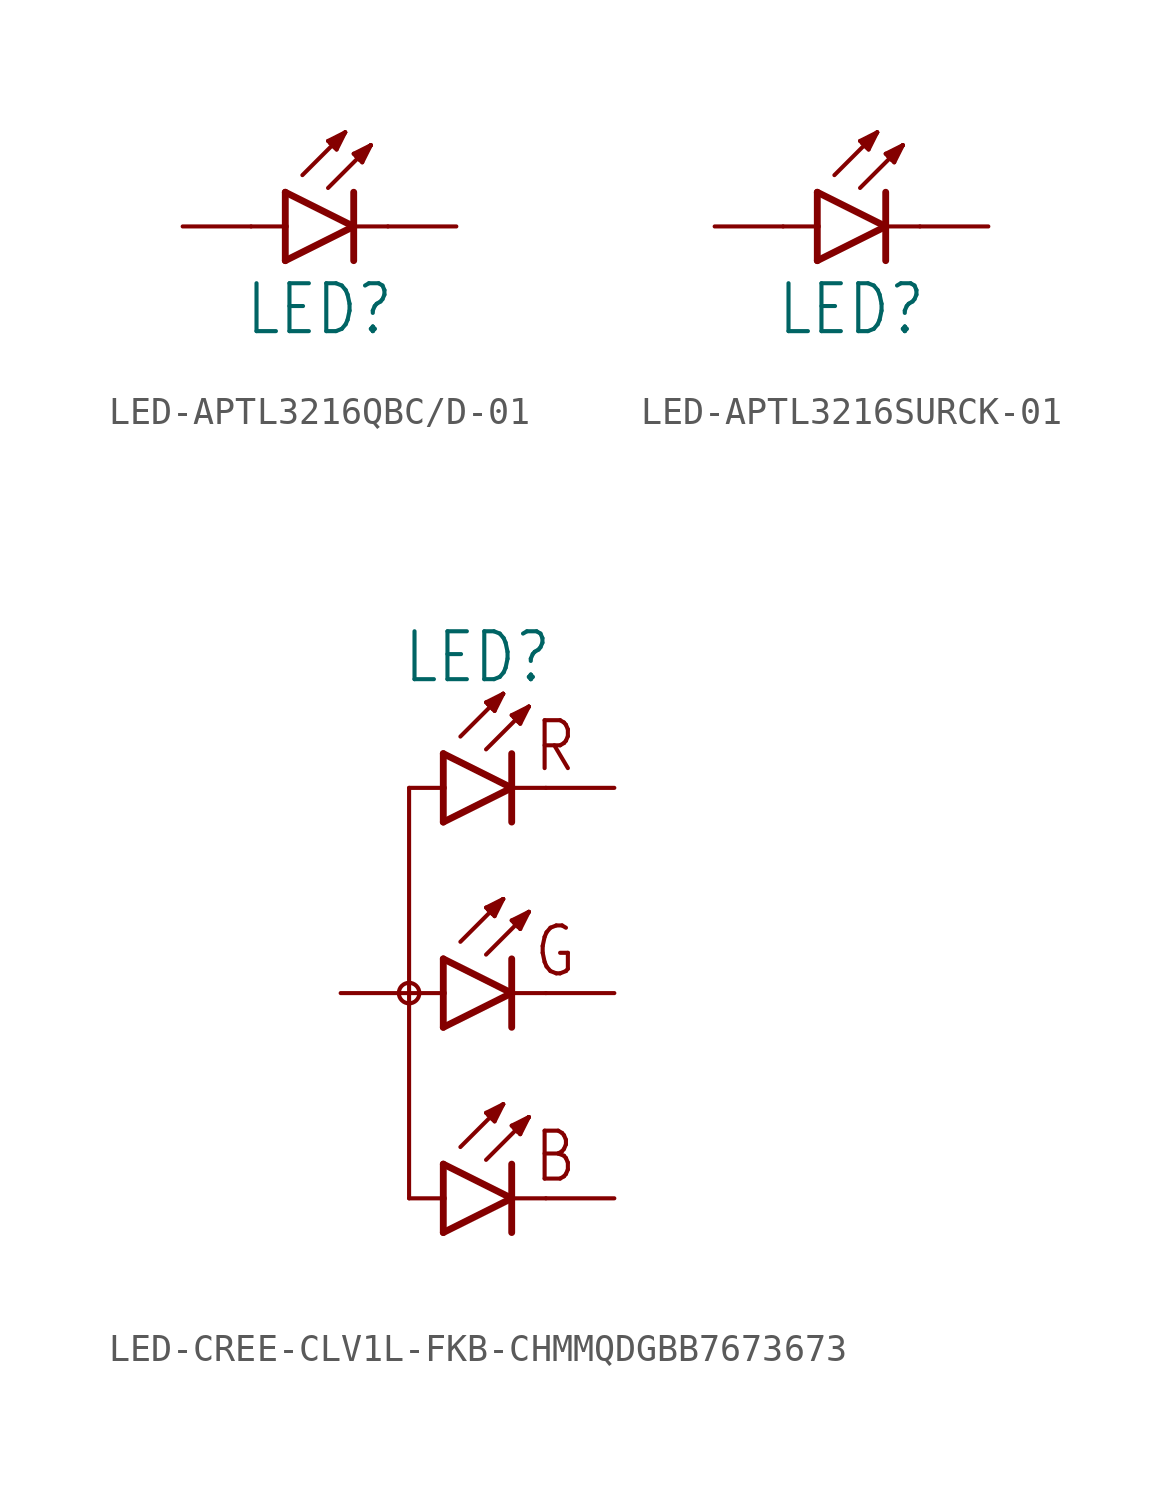
<source format=kicad_sym>
(kicad_symbol_lib
  (version 20231120)
  (generator "kicad_symbol_editor")
  (generator_version "8.0")
  (symbol "LED-APTL3216QBC/D-01"
    (property "Reference" "LED"
      (at 0 -2.032 0)
      (effects (font (size 1.778 1.511)) (justify top)))
    (property "Value" ""
      (at 0 -4.572 0)
      (effects (font (size 1.778 1.511)) (justify top)))
    (property "ki_locked" ""
      (at 0 0 0)
      (effects (font (size 1.27 1.27))))
    (symbol "LED-APTL3216QBC/D-01_1_0"
      (polyline (pts (xy -2.54 0) (xy -1.27 0)) (stroke (width 0.152) (type solid)) (fill (type none)))
      (polyline (pts (xy -1.27 -1.27) (xy 1.27 0)) (stroke (width 0.254) (type solid)) (fill (type none)))
      (polyline (pts (xy -1.27 0) (xy -1.27 -1.27)) (stroke (width 0.254) (type solid)) (fill (type none)))
      (polyline (pts (xy -1.27 1.27) (xy -1.27 0)) (stroke (width 0.254) (type solid)) (fill (type none)))
      (polyline (pts (xy -0.635 1.905) (xy 0.953 3.493)) (stroke (width 0.152) (type solid)) (fill (type none)))
      (polyline (pts (xy 0.318 1.429) (xy 1.905 3.016)) (stroke (width 0.152) (type solid)) (fill (type none)))
      (polyline (pts (xy 0.318 3.175) (xy 0.397 3.096)) (stroke (width 0.152) (type solid)) (fill (type none)))
      (polyline (pts (xy 0.397 3.096) (xy 0.556 2.937)) (stroke (width 0.152) (type solid)) (fill (type none)))
      (polyline (pts (xy 0.556 2.937) (xy 0.635 2.857)) (stroke (width 0.152) (type solid)) (fill (type none)))
      (polyline (pts (xy 0.635 2.857) (xy 0.953 3.493)) (stroke (width 0.152) (type solid)) (fill (type none)))
      (polyline (pts (xy 0.953 3.493) (xy 0.318 3.175)) (stroke (width 0.152) (type solid)) (fill (type none)))
      (polyline (pts (xy 0.953 3.493) (xy 0.397 3.096)) (stroke (width 0.152) (type solid)) (fill (type none)))
      (polyline (pts (xy 0.953 3.493) (xy 0.556 2.937)) (stroke (width 0.152) (type solid)) (fill (type none)))
      (polyline (pts (xy 1.27 0) (xy -1.27 1.27)) (stroke (width 0.254) (type solid)) (fill (type none)))
      (polyline (pts (xy 1.27 0) (xy 1.27 -1.27)) (stroke (width 0.254) (type solid)) (fill (type none)))
      (polyline (pts (xy 1.27 1.27) (xy 1.27 0)) (stroke (width 0.254) (type solid)) (fill (type none)))
      (polyline (pts (xy 1.27 2.699) (xy 1.349 2.619)) (stroke (width 0.152) (type solid)) (fill (type none)))
      (polyline (pts (xy 1.349 2.619) (xy 1.508 2.461)) (stroke (width 0.152) (type solid)) (fill (type none)))
      (polyline (pts (xy 1.508 2.461) (xy 1.587 2.381)) (stroke (width 0.152) (type solid)) (fill (type none)))
      (polyline (pts (xy 1.587 2.381) (xy 1.905 3.016)) (stroke (width 0.152) (type solid)) (fill (type none)))
      (polyline (pts (xy 1.905 3.016) (xy 1.27 2.699)) (stroke (width 0.152) (type solid)) (fill (type none)))
      (polyline (pts (xy 1.905 3.016) (xy 1.349 2.619)) (stroke (width 0.152) (type solid)) (fill (type none)))
      (polyline (pts (xy 1.905 3.016) (xy 1.508 2.461)) (stroke (width 0.152) (type solid)) (fill (type none)))
      (polyline (pts (xy 2.54 0) (xy 1.27 0)) (stroke (width 0.152) (type solid)) (fill (type none)))
      (pin passive line (at -5.08 0 0) (length 2.54) (name "A" (effects (font (size 0 0)))) (number "A" (effects (font (size 0 0)))))
      (pin passive line (at 5.08 0 180) (length 2.54) (name "C" (effects (font (size 0 0)))) (number "C" (effects (font (size 0 0)))))))
  (symbol "LED-APTL3216SURCK-01"
    (property "Reference" "LED"
      (at 0 -2.032 0)
      (effects (font (size 1.778 1.511)) (justify top)))
    (property "Value" ""
      (at 0 -4.572 0)
      (effects (font (size 1.778 1.511)) (justify top)))
    (property "ki_locked" ""
      (at 0 0 0)
      (effects (font (size 1.27 1.27))))
    (symbol "LED-APTL3216SURCK-01_1_0"
      (polyline (pts (xy -2.54 0) (xy -1.27 0)) (stroke (width 0.152) (type solid)) (fill (type none)))
      (polyline (pts (xy -1.27 -1.27) (xy 1.27 0)) (stroke (width 0.254) (type solid)) (fill (type none)))
      (polyline (pts (xy -1.27 0) (xy -1.27 -1.27)) (stroke (width 0.254) (type solid)) (fill (type none)))
      (polyline (pts (xy -1.27 1.27) (xy -1.27 0)) (stroke (width 0.254) (type solid)) (fill (type none)))
      (polyline (pts (xy -0.635 1.905) (xy 0.953 3.493)) (stroke (width 0.152) (type solid)) (fill (type none)))
      (polyline (pts (xy 0.318 1.429) (xy 1.905 3.016)) (stroke (width 0.152) (type solid)) (fill (type none)))
      (polyline (pts (xy 0.318 3.175) (xy 0.397 3.096)) (stroke (width 0.152) (type solid)) (fill (type none)))
      (polyline (pts (xy 0.397 3.096) (xy 0.556 2.937)) (stroke (width 0.152) (type solid)) (fill (type none)))
      (polyline (pts (xy 0.556 2.937) (xy 0.635 2.857)) (stroke (width 0.152) (type solid)) (fill (type none)))
      (polyline (pts (xy 0.635 2.857) (xy 0.953 3.493)) (stroke (width 0.152) (type solid)) (fill (type none)))
      (polyline (pts (xy 0.953 3.493) (xy 0.318 3.175)) (stroke (width 0.152) (type solid)) (fill (type none)))
      (polyline (pts (xy 0.953 3.493) (xy 0.397 3.096)) (stroke (width 0.152) (type solid)) (fill (type none)))
      (polyline (pts (xy 0.953 3.493) (xy 0.556 2.937)) (stroke (width 0.152) (type solid)) (fill (type none)))
      (polyline (pts (xy 1.27 0) (xy -1.27 1.27)) (stroke (width 0.254) (type solid)) (fill (type none)))
      (polyline (pts (xy 1.27 0) (xy 1.27 -1.27)) (stroke (width 0.254) (type solid)) (fill (type none)))
      (polyline (pts (xy 1.27 1.27) (xy 1.27 0)) (stroke (width 0.254) (type solid)) (fill (type none)))
      (polyline (pts (xy 1.27 2.699) (xy 1.349 2.619)) (stroke (width 0.152) (type solid)) (fill (type none)))
      (polyline (pts (xy 1.349 2.619) (xy 1.508 2.461)) (stroke (width 0.152) (type solid)) (fill (type none)))
      (polyline (pts (xy 1.508 2.461) (xy 1.587 2.381)) (stroke (width 0.152) (type solid)) (fill (type none)))
      (polyline (pts (xy 1.587 2.381) (xy 1.905 3.016)) (stroke (width 0.152) (type solid)) (fill (type none)))
      (polyline (pts (xy 1.905 3.016) (xy 1.27 2.699)) (stroke (width 0.152) (type solid)) (fill (type none)))
      (polyline (pts (xy 1.905 3.016) (xy 1.349 2.619)) (stroke (width 0.152) (type solid)) (fill (type none)))
      (polyline (pts (xy 1.905 3.016) (xy 1.508 2.461)) (stroke (width 0.152) (type solid)) (fill (type none)))
      (polyline (pts (xy 2.54 0) (xy 1.27 0)) (stroke (width 0.152) (type solid)) (fill (type none)))
      (pin passive line (at -5.08 0 0) (length 2.54) (name "A" (effects (font (size 0 0)))) (number "A" (effects (font (size 0 0)))))
      (pin passive line (at 5.08 0 180) (length 2.54) (name "C" (effects (font (size 0 0)))) (number "C" (effects (font (size 0 0)))))))
  (symbol "LED-CREE-CLV1L-FKB-CHMMQDGBB7673673"
    (property "Reference" "LED"
      (at 0 11.43 0)
      (effects (font (size 1.778 1.511)) (justify bottom)))
    (property "Value" ""
      (at 1.016 -9.398 0)
      (effects (font (size 1.778 1.511)) (justify top)))
    (property "ki_locked" ""
      (at 0 0 0)
      (effects (font (size 1.27 1.27))))
    (symbol "LED-CREE-CLV1L-FKB-CHMMQDGBB7673673_1_0"
      (circle (center -2.54 0) (radius 0.381) (stroke (width 0) (type solid)) (fill (type none)))
      (polyline (pts (xy -2.54 -7.62) (xy -2.54 0)) (stroke (width 0.152) (type solid)) (fill (type none)))
      (polyline (pts (xy -2.54 -7.62) (xy -1.27 -7.62)) (stroke (width 0.152) (type solid)) (fill (type none)))
      (polyline (pts (xy -2.54 0) (xy -2.54 7.62)) (stroke (width 0.152) (type solid)) (fill (type none)))
      (polyline (pts (xy -2.54 0) (xy -1.27 0)) (stroke (width 0.152) (type solid)) (fill (type none)))
      (polyline (pts (xy -2.54 7.62) (xy -1.27 7.62)) (stroke (width 0.152) (type solid)) (fill (type none)))
      (polyline (pts (xy -1.27 -8.89) (xy 1.27 -7.62)) (stroke (width 0.254) (type solid)) (fill (type none)))
      (polyline (pts (xy -1.27 -7.62) (xy -1.27 -8.89)) (stroke (width 0.254) (type solid)) (fill (type none)))
      (polyline (pts (xy -1.27 -6.35) (xy -1.27 -7.62)) (stroke (width 0.254) (type solid)) (fill (type none)))
      (polyline (pts (xy -1.27 -1.27) (xy 1.27 0)) (stroke (width 0.254) (type solid)) (fill (type none)))
      (polyline (pts (xy -1.27 0) (xy -1.27 -1.27)) (stroke (width 0.254) (type solid)) (fill (type none)))
      (polyline (pts (xy -1.27 1.27) (xy -1.27 0)) (stroke (width 0.254) (type solid)) (fill (type none)))
      (polyline (pts (xy -1.27 6.35) (xy 1.27 7.62)) (stroke (width 0.254) (type solid)) (fill (type none)))
      (polyline (pts (xy -1.27 7.62) (xy -1.27 6.35)) (stroke (width 0.254) (type solid)) (fill (type none)))
      (polyline (pts (xy -1.27 8.89) (xy -1.27 7.62)) (stroke (width 0.254) (type solid)) (fill (type none)))
      (polyline (pts (xy -0.635 -5.715) (xy 0.953 -4.128)) (stroke (width 0.152) (type solid)) (fill (type none)))
      (polyline (pts (xy -0.635 1.905) (xy 0.953 3.493)) (stroke (width 0.152) (type solid)) (fill (type none)))
      (polyline (pts (xy -0.635 9.525) (xy 0.953 11.113)) (stroke (width 0.152) (type solid)) (fill (type none)))
      (polyline (pts (xy 0.318 -6.191) (xy 1.905 -4.604)) (stroke (width 0.152) (type solid)) (fill (type none)))
      (polyline (pts (xy 0.318 -4.445) (xy 0.397 -4.524)) (stroke (width 0.152) (type solid)) (fill (type none)))
      (polyline (pts (xy 0.318 1.429) (xy 1.905 3.016)) (stroke (width 0.152) (type solid)) (fill (type none)))
      (polyline (pts (xy 0.318 3.175) (xy 0.397 3.096)) (stroke (width 0.152) (type solid)) (fill (type none)))
      (polyline (pts (xy 0.318 9.049) (xy 1.905 10.636)) (stroke (width 0.152) (type solid)) (fill (type none)))
      (polyline (pts (xy 0.318 10.795) (xy 0.397 10.716)) (stroke (width 0.152) (type solid)) (fill (type none)))
      (polyline (pts (xy 0.397 -4.524) (xy 0.556 -4.683)) (stroke (width 0.152) (type solid)) (fill (type none)))
      (polyline (pts (xy 0.397 3.096) (xy 0.556 2.937)) (stroke (width 0.152) (type solid)) (fill (type none)))
      (polyline (pts (xy 0.397 10.716) (xy 0.556 10.557)) (stroke (width 0.152) (type solid)) (fill (type none)))
      (polyline (pts (xy 0.556 -4.683) (xy 0.635 -4.763)) (stroke (width 0.152) (type solid)) (fill (type none)))
      (polyline (pts (xy 0.556 2.937) (xy 0.635 2.857)) (stroke (width 0.152) (type solid)) (fill (type none)))
      (polyline (pts (xy 0.556 10.557) (xy 0.635 10.477)) (stroke (width 0.152) (type solid)) (fill (type none)))
      (polyline (pts (xy 0.635 -4.763) (xy 0.953 -4.128)) (stroke (width 0.152) (type solid)) (fill (type none)))
      (polyline (pts (xy 0.635 2.857) (xy 0.953 3.493)) (stroke (width 0.152) (type solid)) (fill (type none)))
      (polyline (pts (xy 0.635 10.477) (xy 0.953 11.113)) (stroke (width 0.152) (type solid)) (fill (type none)))
      (polyline (pts (xy 0.953 -4.128) (xy 0.318 -4.445)) (stroke (width 0.152) (type solid)) (fill (type none)))
      (polyline (pts (xy 0.953 -4.128) (xy 0.397 -4.524)) (stroke (width 0.152) (type solid)) (fill (type none)))
      (polyline (pts (xy 0.953 -4.128) (xy 0.556 -4.683)) (stroke (width 0.152) (type solid)) (fill (type none)))
      (polyline (pts (xy 0.953 3.493) (xy 0.318 3.175)) (stroke (width 0.152) (type solid)) (fill (type none)))
      (polyline (pts (xy 0.953 3.493) (xy 0.397 3.096)) (stroke (width 0.152) (type solid)) (fill (type none)))
      (polyline (pts (xy 0.953 3.493) (xy 0.556 2.937)) (stroke (width 0.152) (type solid)) (fill (type none)))
      (polyline (pts (xy 0.953 11.113) (xy 0.318 10.795)) (stroke (width 0.152) (type solid)) (fill (type none)))
      (polyline (pts (xy 0.953 11.113) (xy 0.397 10.716)) (stroke (width 0.152) (type solid)) (fill (type none)))
      (polyline (pts (xy 0.953 11.113) (xy 0.556 10.557)) (stroke (width 0.152) (type solid)) (fill (type none)))
      (polyline (pts (xy 1.27 -7.62) (xy -1.27 -6.35)) (stroke (width 0.254) (type solid)) (fill (type none)))
      (polyline (pts (xy 1.27 -7.62) (xy 1.27 -8.89)) (stroke (width 0.254) (type solid)) (fill (type none)))
      (polyline (pts (xy 1.27 -6.35) (xy 1.27 -7.62)) (stroke (width 0.254) (type solid)) (fill (type none)))
      (polyline (pts (xy 1.27 -4.921) (xy 1.349 -5.001)) (stroke (width 0.152) (type solid)) (fill (type none)))
      (polyline (pts (xy 1.27 0) (xy -1.27 1.27)) (stroke (width 0.254) (type solid)) (fill (type none)))
      (polyline (pts (xy 1.27 0) (xy 1.27 -1.27)) (stroke (width 0.254) (type solid)) (fill (type none)))
      (polyline (pts (xy 1.27 1.27) (xy 1.27 0)) (stroke (width 0.254) (type solid)) (fill (type none)))
      (polyline (pts (xy 1.27 2.699) (xy 1.349 2.619)) (stroke (width 0.152) (type solid)) (fill (type none)))
      (polyline (pts (xy 1.27 7.62) (xy -1.27 8.89)) (stroke (width 0.254) (type solid)) (fill (type none)))
      (polyline (pts (xy 1.27 7.62) (xy 1.27 6.35)) (stroke (width 0.254) (type solid)) (fill (type none)))
      (polyline (pts (xy 1.27 8.89) (xy 1.27 7.62)) (stroke (width 0.254) (type solid)) (fill (type none)))
      (polyline (pts (xy 1.27 10.319) (xy 1.349 10.239)) (stroke (width 0.152) (type solid)) (fill (type none)))
      (polyline (pts (xy 1.349 -5.001) (xy 1.508 -5.159)) (stroke (width 0.152) (type solid)) (fill (type none)))
      (polyline (pts (xy 1.349 2.619) (xy 1.508 2.461)) (stroke (width 0.152) (type solid)) (fill (type none)))
      (polyline (pts (xy 1.349 10.239) (xy 1.508 10.081)) (stroke (width 0.152) (type solid)) (fill (type none)))
      (polyline (pts (xy 1.508 -5.159) (xy 1.587 -5.239)) (stroke (width 0.152) (type solid)) (fill (type none)))
      (polyline (pts (xy 1.508 2.461) (xy 1.587 2.381)) (stroke (width 0.152) (type solid)) (fill (type none)))
      (polyline (pts (xy 1.508 10.081) (xy 1.587 10.001)) (stroke (width 0.152) (type solid)) (fill (type none)))
      (polyline (pts (xy 1.587 -5.239) (xy 1.905 -4.604)) (stroke (width 0.152) (type solid)) (fill (type none)))
      (polyline (pts (xy 1.587 2.381) (xy 1.905 3.016)) (stroke (width 0.152) (type solid)) (fill (type none)))
      (polyline (pts (xy 1.587 10.001) (xy 1.905 10.636)) (stroke (width 0.152) (type solid)) (fill (type none)))
      (polyline (pts (xy 1.905 -4.604) (xy 1.27 -4.921)) (stroke (width 0.152) (type solid)) (fill (type none)))
      (polyline (pts (xy 1.905 -4.604) (xy 1.349 -5.001)) (stroke (width 0.152) (type solid)) (fill (type none)))
      (polyline (pts (xy 1.905 -4.604) (xy 1.508 -5.159)) (stroke (width 0.152) (type solid)) (fill (type none)))
      (polyline (pts (xy 1.905 3.016) (xy 1.27 2.699)) (stroke (width 0.152) (type solid)) (fill (type none)))
      (polyline (pts (xy 1.905 3.016) (xy 1.349 2.619)) (stroke (width 0.152) (type solid)) (fill (type none)))
      (polyline (pts (xy 1.905 3.016) (xy 1.508 2.461)) (stroke (width 0.152) (type solid)) (fill (type none)))
      (polyline (pts (xy 1.905 10.636) (xy 1.27 10.319)) (stroke (width 0.152) (type solid)) (fill (type none)))
      (polyline (pts (xy 1.905 10.636) (xy 1.349 10.239)) (stroke (width 0.152) (type solid)) (fill (type none)))
      (polyline (pts (xy 1.905 10.636) (xy 1.508 10.081)) (stroke (width 0.152) (type solid)) (fill (type none)))
      (polyline (pts (xy 2.54 -7.62) (xy 1.27 -7.62)) (stroke (width 0.152) (type solid)) (fill (type none)))
      (polyline (pts (xy 2.54 0) (xy 1.27 0)) (stroke (width 0.152) (type solid)) (fill (type none)))
      (polyline (pts (xy 2.54 7.62) (xy 1.27 7.62)) (stroke (width 0.152) (type solid)) (fill (type none)))
      (text "B" (at 2.032 -7.112 0) (effects (font (size 1.778 1.511)) (justify left bottom)))
      (text "G" (at 2.032 0.508 0) (effects (font (size 1.778 1.511)) (justify left bottom)))
      (text "R" (at 2.032 8.128 0) (effects (font (size 1.778 1.511)) (justify left bottom)))
      (pin passive line (at 5.08 7.62 180) (length 2.54) (name "C_R" (effects (font (size 0 0)))) (number "1" (effects (font (size 0 0)))))
      (pin passive line (at -5.08 0 0) (length 2.54) (name "A" (effects (font (size 0 0)))) (number "2" (effects (font (size 0 0)))))
      (pin passive line (at 5.08 -7.62 180) (length 2.54) (name "C_B" (effects (font (size 0 0)))) (number "3" (effects (font (size 0 0)))))
      (pin passive line (at 5.08 0 180) (length 2.54) (name "C_G" (effects (font (size 0 0)))) (number "4" (effects (font (size 0 0))))))))
</source>
